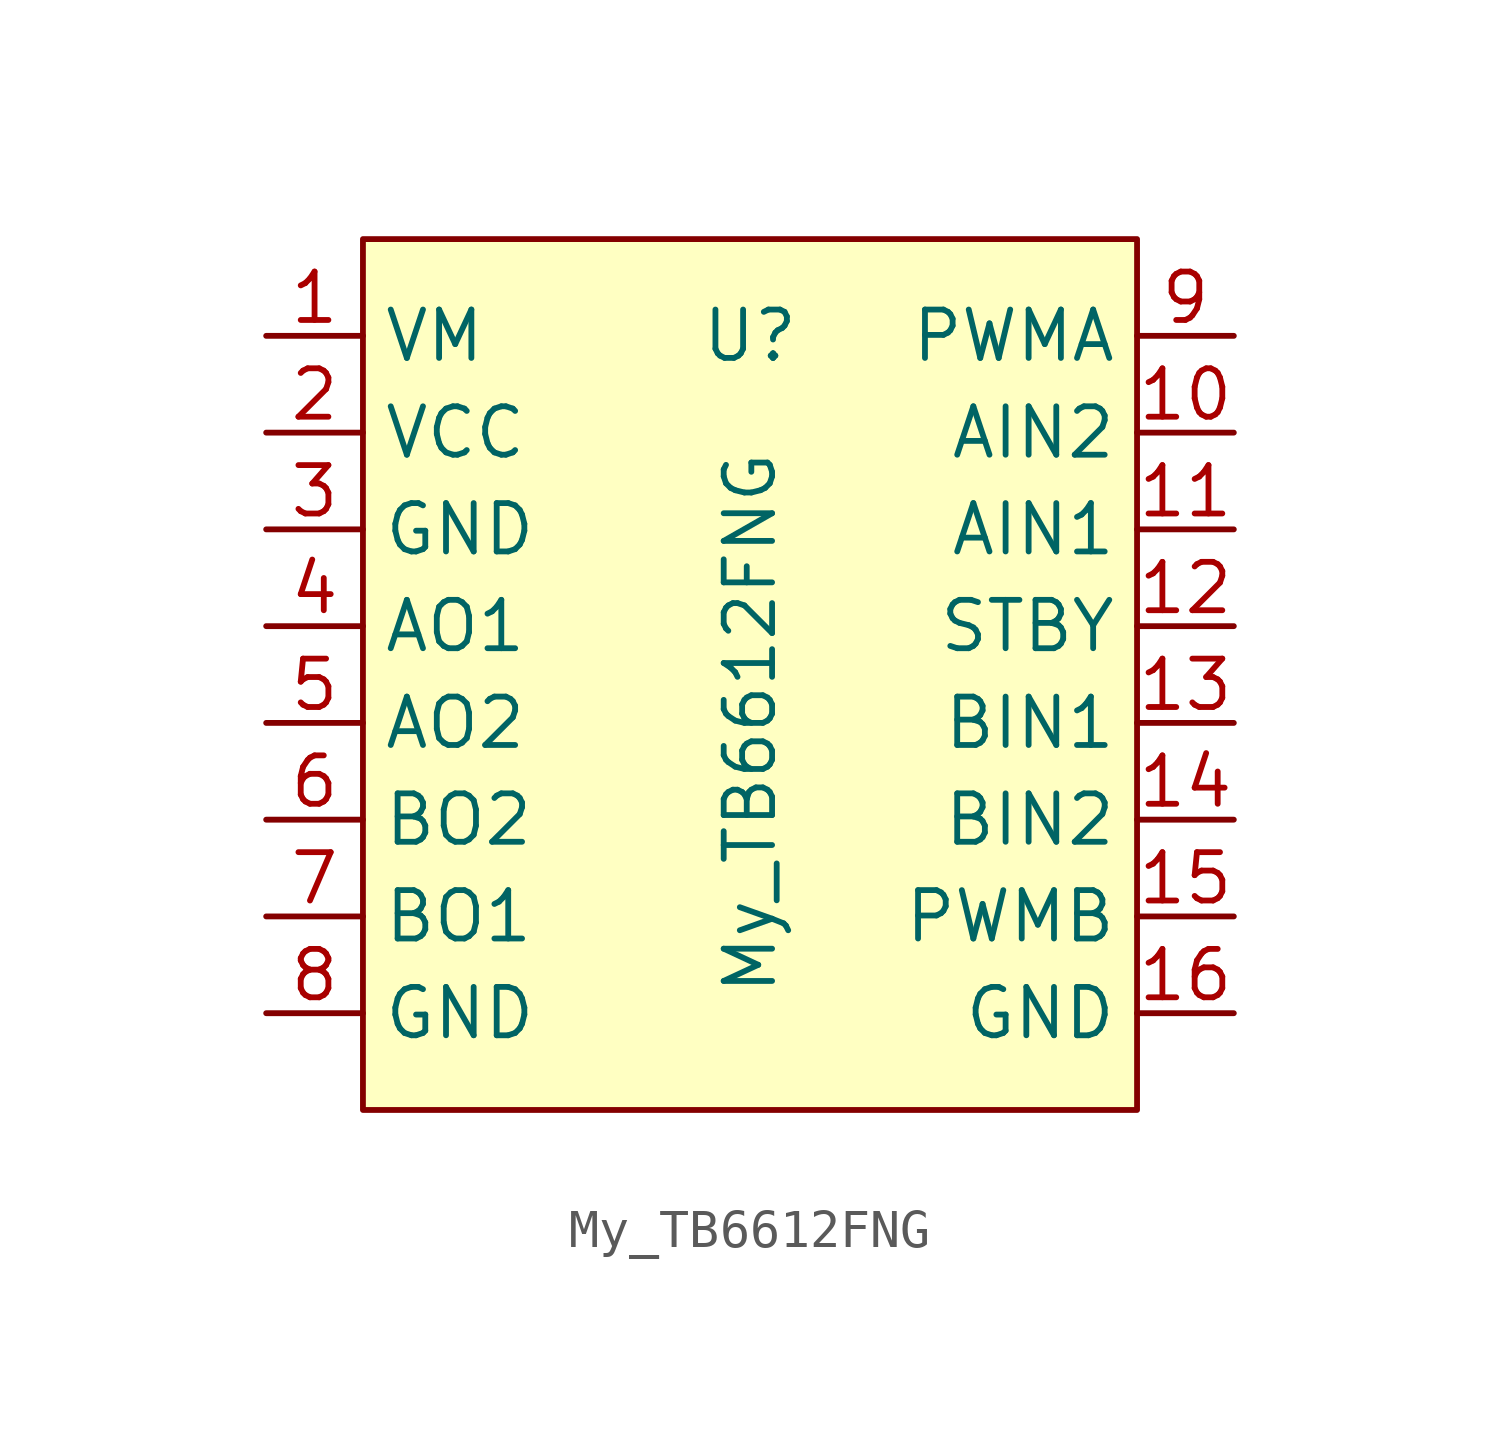
<source format=kicad_sym>
(kicad_symbol_lib
  (version 20211014)
  (generator kicad_symbol_editor)
  (symbol "My_TB6612FNG"
    (property "Reference" "U"
      (at 0 -2.54 0)
      (effects (font (size 1.27 1.27))))
    (property "Value" "My_TB6612FNG"
      (at 0 -12.7 90)
      (effects (font (size 1.27 1.27))))
    (symbol "My_TB6612FNG_0_1"
      (rectangle (start -10.16 0) (end 10.16 -22.86) (stroke (width 0) (type default) (color 0 0 0 0)) (fill (type background))))
    (symbol "My_TB6612FNG_1_1"
      (pin power_in line (at -12.7 -2.54 0) (length 2.54) (name "VM" (effects (font (size 1.27 1.27)))) (number "1" (effects (font (size 1.27 1.27)))))
      (pin input line (at 12.7 -5.08 180) (length 2.54) (name "AIN2" (effects (font (size 1.27 1.27)))) (number "10" (effects (font (size 1.27 1.27)))))
      (pin input line (at 12.7 -7.62 180) (length 2.54) (name "AIN1" (effects (font (size 1.27 1.27)))) (number "11" (effects (font (size 1.27 1.27)))))
      (pin input line (at 12.7 -10.16 180) (length 2.54) (name "STBY" (effects (font (size 1.27 1.27)))) (number "12" (effects (font (size 1.27 1.27)))))
      (pin input line (at 12.7 -12.7 180) (length 2.54) (name "BIN1" (effects (font (size 1.27 1.27)))) (number "13" (effects (font (size 1.27 1.27)))))
      (pin input line (at 12.7 -15.24 180) (length 2.54) (name "BIN2" (effects (font (size 1.27 1.27)))) (number "14" (effects (font (size 1.27 1.27)))))
      (pin input line (at 12.7 -17.78 180) (length 2.54) (name "PWMB" (effects (font (size 1.27 1.27)))) (number "15" (effects (font (size 1.27 1.27)))))
      (pin power_in line (at 12.7 -20.32 180) (length 2.54) (name "GND" (effects (font (size 1.27 1.27)))) (number "16" (effects (font (size 1.27 1.27)))))
      (pin power_in line (at -12.7 -5.08 0) (length 2.54) (name "VCC" (effects (font (size 1.27 1.27)))) (number "2" (effects (font (size 1.27 1.27)))))
      (pin power_in line (at -12.7 -7.62 0) (length 2.54) (name "GND" (effects (font (size 1.27 1.27)))) (number "3" (effects (font (size 1.27 1.27)))))
      (pin output line (at -12.7 -10.16 0) (length 2.54) (name "AO1" (effects (font (size 1.27 1.27)))) (number "4" (effects (font (size 1.27 1.27)))))
      (pin output line (at -12.7 -12.7 0) (length 2.54) (name "AO2" (effects (font (size 1.27 1.27)))) (number "5" (effects (font (size 1.27 1.27)))))
      (pin output line (at -12.7 -15.24 0) (length 2.54) (name "BO2" (effects (font (size 1.27 1.27)))) (number "6" (effects (font (size 1.27 1.27)))))
      (pin output line (at -12.7 -17.78 0) (length 2.54) (name "BO1" (effects (font (size 1.27 1.27)))) (number "7" (effects (font (size 1.27 1.27)))))
      (pin power_in line (at -12.7 -20.32 0) (length 2.54) (name "GND" (effects (font (size 1.27 1.27)))) (number "8" (effects (font (size 1.27 1.27)))))
      (pin input line (at 12.7 -2.54 180) (length 2.54) (name "PWMA" (effects (font (size 1.27 1.27)))) (number "9" (effects (font (size 1.27 1.27))))))))
</source>
